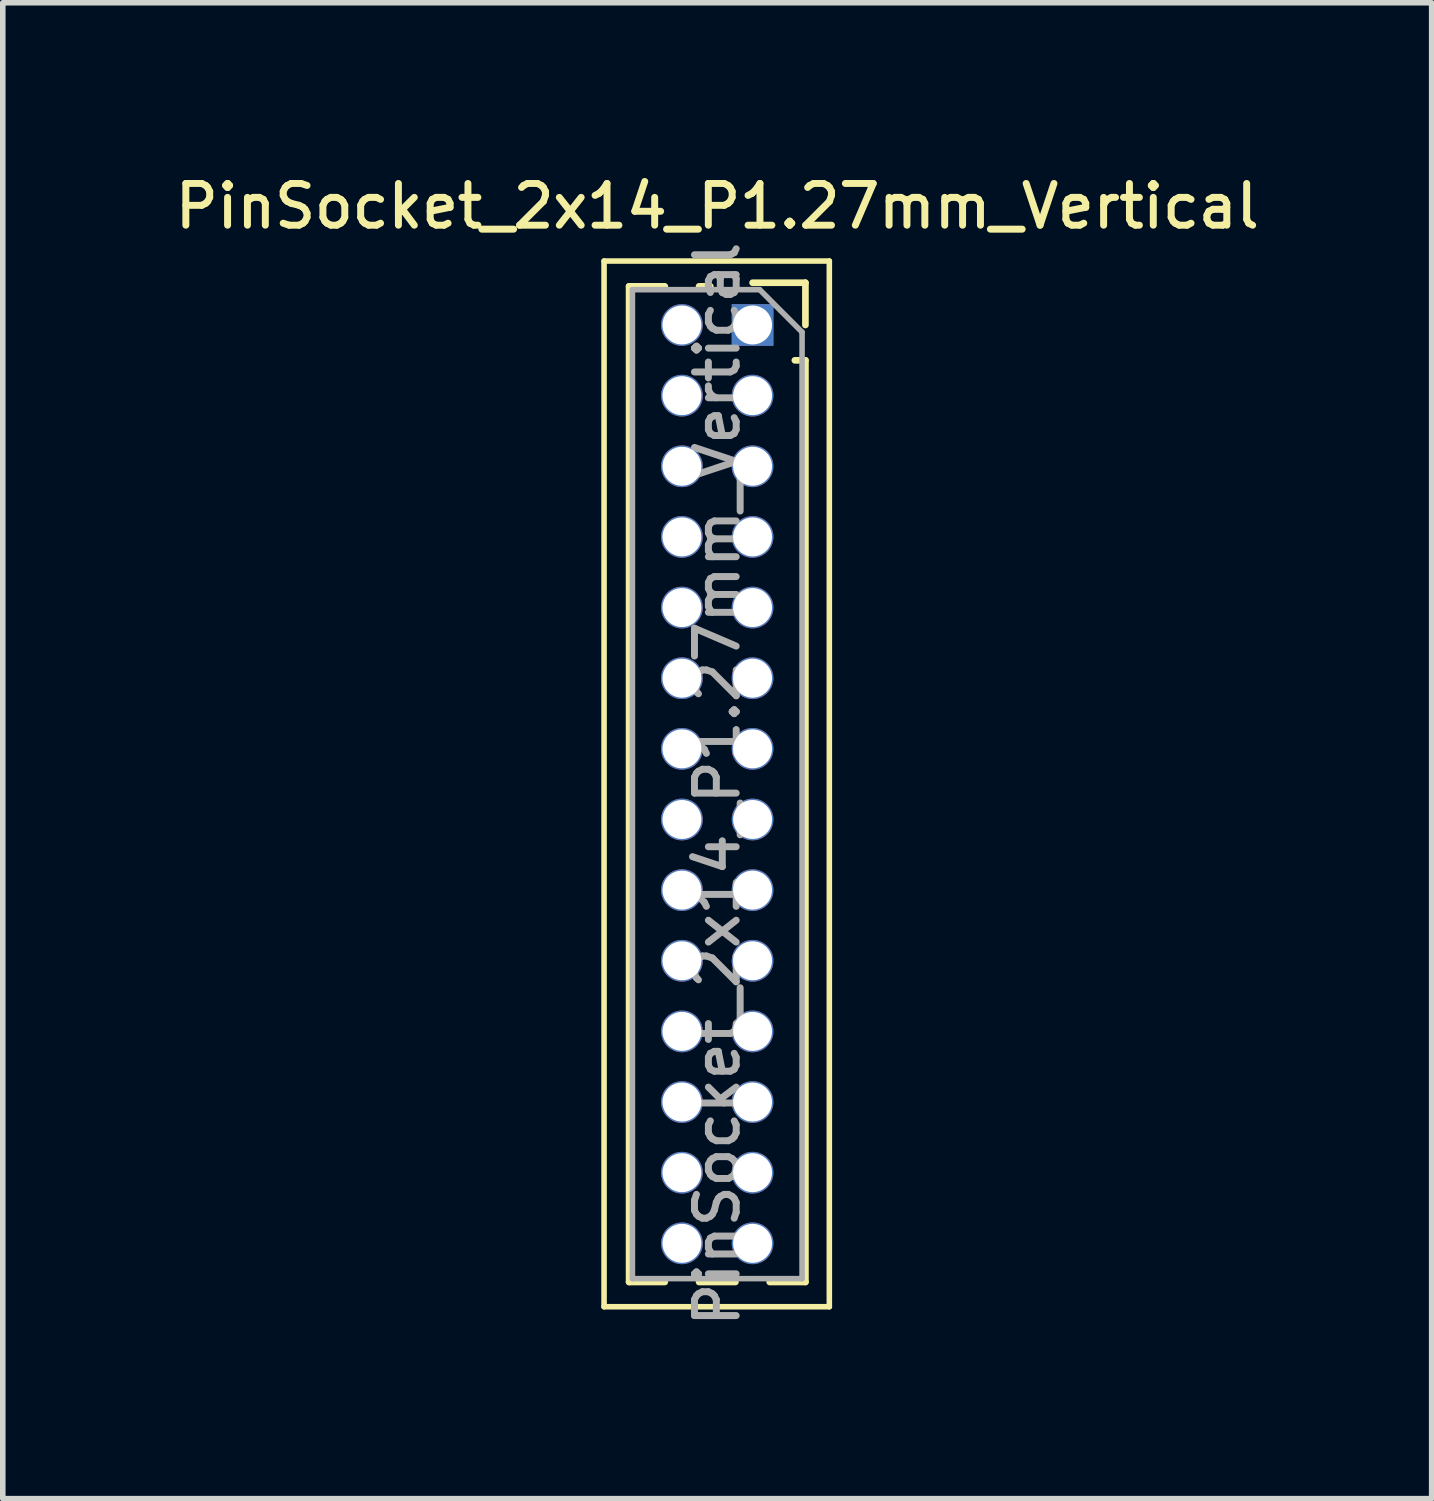
<source format=kicad_pcb>
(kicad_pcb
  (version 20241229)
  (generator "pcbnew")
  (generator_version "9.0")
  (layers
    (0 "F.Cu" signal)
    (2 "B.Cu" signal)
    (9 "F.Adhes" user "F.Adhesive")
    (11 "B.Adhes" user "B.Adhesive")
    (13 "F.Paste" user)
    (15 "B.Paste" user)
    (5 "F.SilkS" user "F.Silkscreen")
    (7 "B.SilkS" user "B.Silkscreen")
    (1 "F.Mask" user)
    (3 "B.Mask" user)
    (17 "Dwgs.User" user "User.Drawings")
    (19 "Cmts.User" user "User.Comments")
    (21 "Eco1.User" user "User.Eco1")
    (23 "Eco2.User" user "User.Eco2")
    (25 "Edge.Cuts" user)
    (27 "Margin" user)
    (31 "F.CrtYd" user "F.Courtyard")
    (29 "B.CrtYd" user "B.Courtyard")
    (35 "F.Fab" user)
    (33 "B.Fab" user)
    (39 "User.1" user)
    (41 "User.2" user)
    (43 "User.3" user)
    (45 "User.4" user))
  (footprint "PinSocket_2x14_P1.27mm_Vertical"
    (layer "F.Cu")
    (at 10.48 2.793)
    (property "Reference" "PinSocket_2x14_P1.27mm_Vertical" (at -0.635 -2.135 0) (layer "F.SilkS") (effects (font (size 0.75 0.75) (thickness 0.125))))
    (attr through_hole)
    (fp_line (start -2.67 -1.15) (end 1.38 -1.15) (stroke (width 0.1) (type solid)) (layer "F.SilkS"))
    (fp_line (start -2.67 17.65) (end -2.67 -1.15) (stroke (width 0.1) (type solid)) (layer "F.SilkS"))
    (fp_line (start -2.22 -0.695) (end -2.22 17.205) (stroke (width 0.12) (type solid)) (layer "F.SilkS"))
    (fp_line (start -2.22 -0.695) (end -1.578 -0.695) (stroke (width 0.12) (type solid)) (layer "F.SilkS"))
    (fp_line (start -2.22 17.205) (end -1.578 17.205) (stroke (width 0.12) (type solid)) (layer "F.SilkS"))
    (fp_line (start -0.962 -0.695) (end -0.76 -0.695) (stroke (width 0.12) (type solid)) (layer "F.SilkS"))
    (fp_line (start -0.962 17.205) (end -0.308 17.205) (stroke (width 0.12) (type solid)) (layer "F.SilkS"))
    (fp_line (start 0 -0.76) (end 0.95 -0.76) (stroke (width 0.12) (type solid)) (layer "F.SilkS"))
    (fp_line (start 0.308 17.205) (end 0.95 17.205) (stroke (width 0.12) (type solid)) (layer "F.SilkS"))
    (fp_line (start 0.76 0.635) (end 0.95 0.635) (stroke (width 0.12) (type solid)) (layer "F.SilkS"))
    (fp_line (start 0.95 -0.76) (end 0.95 0) (stroke (width 0.12) (type solid)) (layer "F.SilkS"))
    (fp_line (start 0.95 0.635) (end 0.95 17.205) (stroke (width 0.12) (type solid)) (layer "F.SilkS"))
    (fp_line (start 1.38 -1.15) (end 1.38 17.65) (stroke (width 0.1) (type solid)) (layer "F.SilkS"))
    (fp_line (start 1.38 17.65) (end -2.67 17.65) (stroke (width 0.1) (type solid)) (layer "F.SilkS"))
    (fp_line (start -2.16 -0.635) (end 0.128 -0.635) (stroke (width 0.1) (type solid)) (layer "F.Fab"))
    (fp_line (start -2.16 17.145) (end -2.16 -0.635) (stroke (width 0.1) (type solid)) (layer "F.Fab"))
    (fp_line (start 0.128 -0.635) (end 0.89 0.128) (stroke (width 0.1) (type solid)) (layer "F.Fab"))
    (fp_line (start 0.89 0.128) (end 0.89 17.145) (stroke (width 0.1) (type solid)) (layer "F.Fab"))
    (fp_line (start 0.89 17.145) (end -2.16 17.145) (stroke (width 0.1) (type solid)) (layer "F.Fab"))
    (fp_text user "${REFERENCE}" (at -0.635 8.255 90) (layer "F.Fab") (effects (font (size 0.75 0.75) (thickness 0.125))))
    (pad "1" thru_hole rect (at 0 0) (size 0.75 0.75) (drill 0.7) (layers "*.Cu" "*.Mask"))
    (pad "2" thru_hole oval (at -1.27 0) (size 0.75 0.75) (drill 0.7) (layers "*.Cu" "*.Mask"))
    (pad "3" thru_hole oval (at 0 1.27) (size 0.75 0.75) (drill 0.7) (layers "*.Cu" "*.Mask"))
    (pad "4" thru_hole oval (at -1.27 1.27) (size 0.75 0.75) (drill 0.7) (layers "*.Cu" "*.Mask"))
    (pad "5" thru_hole oval (at 0 2.54) (size 0.75 0.75) (drill 0.7) (layers "*.Cu" "*.Mask"))
    (pad "6" thru_hole oval (at -1.27 2.54) (size 0.75 0.75) (drill 0.7) (layers "*.Cu" "*.Mask"))
    (pad "7" thru_hole oval (at 0 3.81) (size 0.75 0.75) (drill 0.7) (layers "*.Cu" "*.Mask"))
    (pad "8" thru_hole oval (at -1.27 3.81) (size 0.75 0.75) (drill 0.7) (layers "*.Cu" "*.Mask"))
    (pad "9" thru_hole oval (at 0 5.08) (size 0.75 0.75) (drill 0.7) (layers "*.Cu" "*.Mask"))
    (pad "10" thru_hole oval (at -1.27 5.08) (size 0.75 0.75) (drill 0.7) (layers "*.Cu" "*.Mask"))
    (pad "11" thru_hole oval (at 0 6.35) (size 0.75 0.75) (drill 0.7) (layers "*.Cu" "*.Mask"))
    (pad "12" thru_hole oval (at -1.27 6.35) (size 0.75 0.75) (drill 0.7) (layers "*.Cu" "*.Mask"))
    (pad "13" thru_hole oval (at 0 7.62) (size 0.75 0.75) (drill 0.7) (layers "*.Cu" "*.Mask"))
    (pad "14" thru_hole oval (at -1.27 7.62) (size 0.75 0.75) (drill 0.7) (layers "*.Cu" "*.Mask"))
    (pad "15" thru_hole oval (at 0 8.89) (size 0.75 0.75) (drill 0.7) (layers "*.Cu" "*.Mask"))
    (pad "16" thru_hole oval (at -1.27 8.89) (size 0.75 0.75) (drill 0.7) (layers "*.Cu" "*.Mask"))
    (pad "17" thru_hole oval (at 0 10.16) (size 0.75 0.75) (drill 0.7) (layers "*.Cu" "*.Mask"))
    (pad "18" thru_hole oval (at -1.27 10.16) (size 0.75 0.75) (drill 0.7) (layers "*.Cu" "*.Mask"))
    (pad "19" thru_hole oval (at 0 11.43) (size 0.75 0.75) (drill 0.7) (layers "*.Cu" "*.Mask"))
    (pad "20" thru_hole oval (at -1.27 11.43) (size 0.75 0.75) (drill 0.7) (layers "*.Cu" "*.Mask"))
    (pad "21" thru_hole oval (at 0 12.7) (size 0.75 0.75) (drill 0.7) (layers "*.Cu" "*.Mask"))
    (pad "22" thru_hole oval (at -1.27 12.7) (size 0.75 0.75) (drill 0.7) (layers "*.Cu" "*.Mask"))
    (pad "23" thru_hole oval (at 0 13.97) (size 0.75 0.75) (drill 0.7) (layers "*.Cu" "*.Mask"))
    (pad "24" thru_hole oval (at -1.27 13.97) (size 0.75 0.75) (drill 0.7) (layers "*.Cu" "*.Mask"))
    (pad "25" thru_hole oval (at 0 15.24) (size 0.75 0.75) (drill 0.7) (layers "*.Cu" "*.Mask"))
    (pad "26" thru_hole oval (at -1.27 15.24) (size 0.75 0.75) (drill 0.7) (layers "*.Cu" "*.Mask"))
    (pad "27" thru_hole oval (at 0 16.51) (size 0.75 0.75) (drill 0.7) (layers "*.Cu" "*.Mask"))
    (pad "28" thru_hole oval (at -1.27 16.51) (size 0.75 0.75) (drill 0.7) (layers "*.Cu" "*.Mask")))
  (gr_rect
    (start -3 -3)
    (end 22.689 23.893)
    (stroke (width 0.1) (type default))
    (fill no)
    (layer "Edge.Cuts")))
</source>
